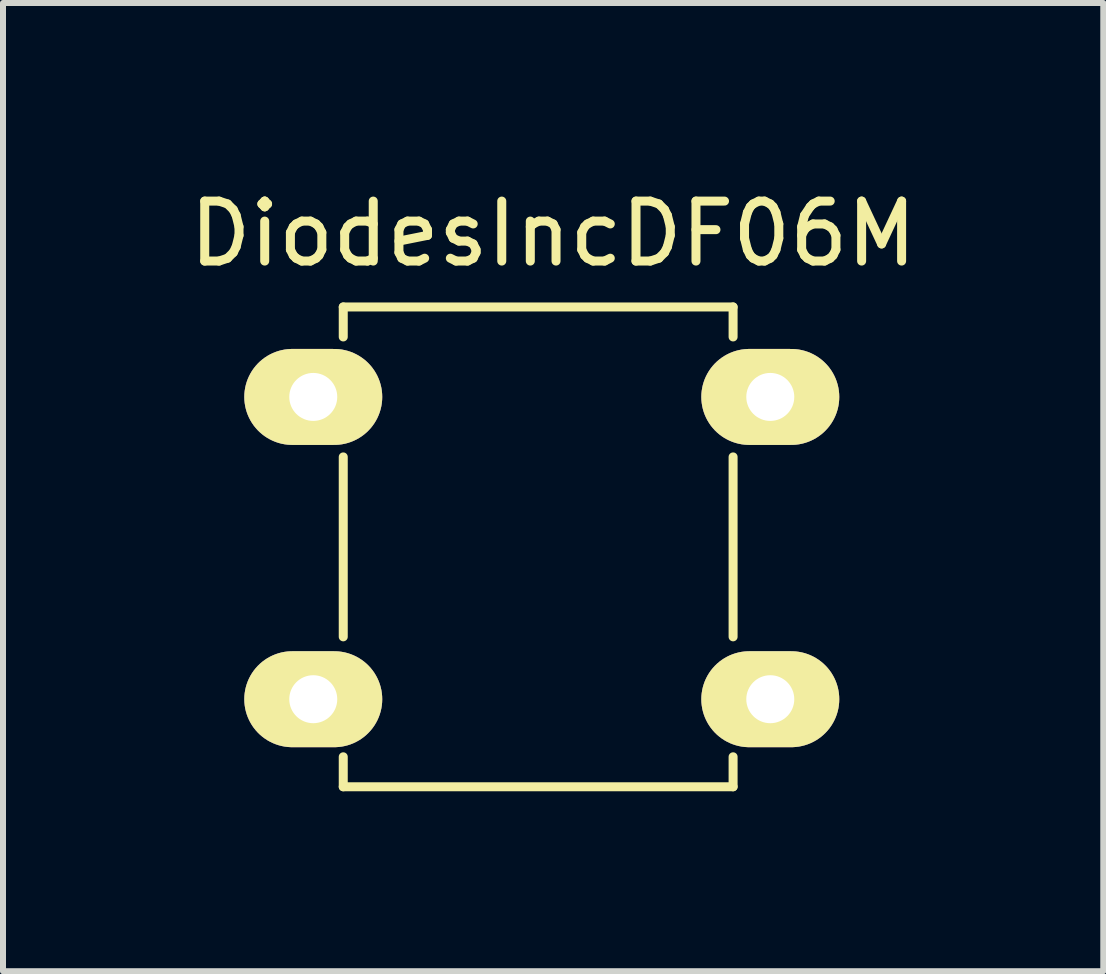
<source format=kicad_pcb>
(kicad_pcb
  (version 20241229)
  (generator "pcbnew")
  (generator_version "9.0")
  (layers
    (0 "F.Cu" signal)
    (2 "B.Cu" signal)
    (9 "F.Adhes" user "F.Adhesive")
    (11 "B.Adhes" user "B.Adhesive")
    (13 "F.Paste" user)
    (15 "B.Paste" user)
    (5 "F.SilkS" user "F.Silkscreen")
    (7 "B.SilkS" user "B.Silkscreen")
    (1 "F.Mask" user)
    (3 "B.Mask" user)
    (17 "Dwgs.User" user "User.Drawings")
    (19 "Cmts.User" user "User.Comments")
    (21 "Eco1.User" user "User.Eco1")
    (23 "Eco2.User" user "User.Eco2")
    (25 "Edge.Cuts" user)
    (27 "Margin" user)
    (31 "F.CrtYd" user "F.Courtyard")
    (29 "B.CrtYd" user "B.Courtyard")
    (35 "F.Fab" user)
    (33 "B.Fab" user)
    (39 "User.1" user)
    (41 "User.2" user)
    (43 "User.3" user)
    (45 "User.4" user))
  (footprint "DiodesIncDF06M"
    (layer "F.Cu")
    (at 2.173 3.568)
    (property "Reference" "DiodesIncDF06M" (at 4 -2.72 0) (layer "F.SilkS") (effects (font (size 1 1) (thickness 0.15))))
    (attr through_hole)
    (fp_line (start 0.5 -1.5) (end 0.5 -1) (stroke (width 0.15) (type solid)) (layer "F.SilkS"))
    (fp_line (start 0.5 -1.5) (end 7 -1.5) (stroke (width 0.15) (type solid)) (layer "F.SilkS"))
    (fp_line (start 0.5 1) (end 0.5 4) (stroke (width 0.15) (type solid)) (layer "F.SilkS"))
    (fp_line (start 0.5 6) (end 0.5 6.5) (stroke (width 0.15) (type solid)) (layer "F.SilkS"))
    (fp_line (start 0.5 6.5) (end 7 6.5) (stroke (width 0.15) (type solid)) (layer "F.SilkS"))
    (fp_line (start 7 -1.5) (end 7 -1) (stroke (width 0.15) (type solid)) (layer "F.SilkS"))
    (fp_line (start 7 4) (end 7 1) (stroke (width 0.15) (type solid)) (layer "F.SilkS"))
    (fp_line (start 7 6.5) (end 7 6) (stroke (width 0.15) (type solid)) (layer "F.SilkS"))
    (pad "1" thru_hole oval (at 0 0) (size 2.3 1.6) (drill 0.8) (layers "*.Cu" "*.Mask" "F.SilkS"))
    (pad "2" thru_hole oval (at 0 5.04) (size 2.3 1.6) (drill 0.8) (layers "*.Cu" "*.Mask" "F.SilkS"))
    (pad "3" thru_hole oval (at 7.62 5.04) (size 2.3 1.6) (drill 0.8) (layers "*.Cu" "*.Mask" "F.SilkS"))
    (pad "4" thru_hole oval (at 7.62 0) (size 2.3 1.6) (drill 0.8) (layers "*.Cu" "*.Mask" "F.SilkS")))
  (gr_rect
    (start -3 -3)
    (end 15.345 13.143)
    (stroke (width 0.1) (type default))
    (fill no)
    (layer "Edge.Cuts")))
</source>
